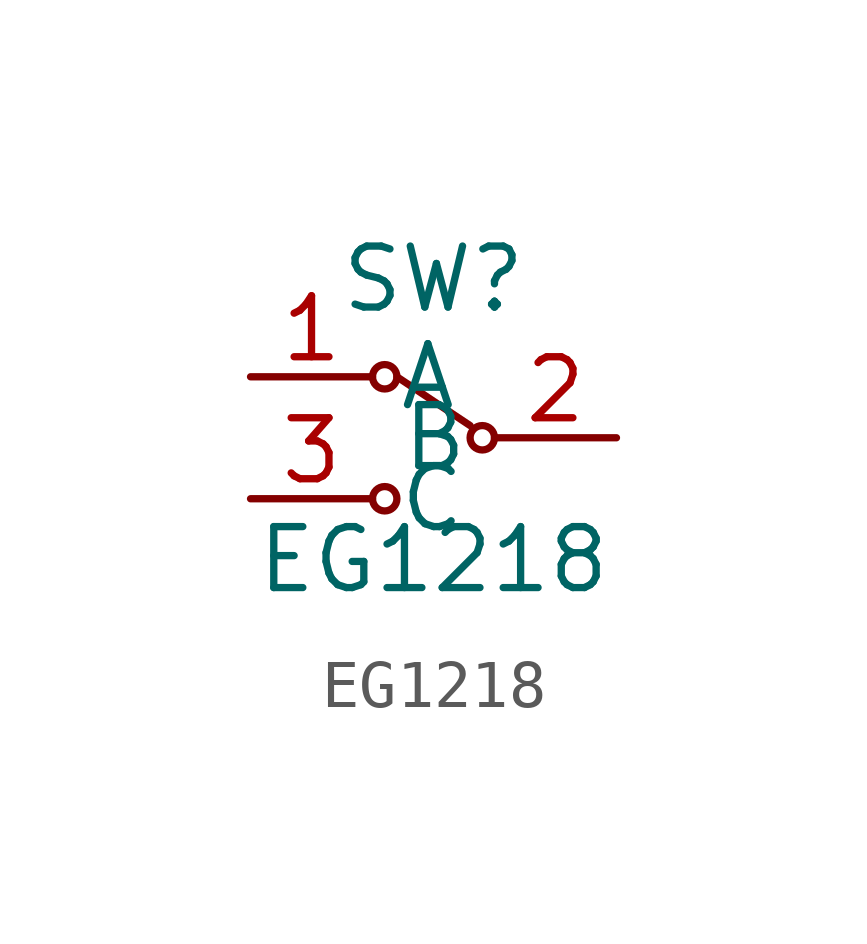
<source format=kicad_sym>
(kicad_symbol_lib
  (version 20211014)
  (generator kicad_symbol_editor)
  (symbol "EG1218"
    (property "Reference" "SW"
      (at 0 3.302 0)
      (effects (font (size 1.27 1.27))))
    (property "Value" "EG1218"
      (at 0 -2.54 0)
      (effects (font (size 1.27 1.27))))
    (symbol "EG1218_0_1"
      (circle (center -1.016 -1.27) (radius 0.254) (stroke (width 0.152) (type default) (color 0 0 0 0)) (fill (type none)))
      (circle (center -1.016 1.27) (radius 0.254) (stroke (width 0.152) (type default) (color 0 0 0 0)) (fill (type none)))
      (polyline (pts (xy 0.762 0.254) (xy -0.762 1.27)) (stroke (width 0.152) (type default) (color 0 0 0 0)) (fill (type none)))
      (circle (center 1.016 0) (radius 0.254) (stroke (width 0.152) (type default) (color 0 0 0 0)) (fill (type none))))
    (symbol "EG1218_1_1"
      (pin passive line (at -3.81 1.27 0) (length 2.54) (name "A" (effects (font (size 1.27 1.27)))) (number "1" (effects (font (size 1.27 1.27)))))
      (pin passive line (at 3.81 0 180) (length 2.54) (name "B" (effects (font (size 1.27 1.27)))) (number "2" (effects (font (size 1.27 1.27)))))
      (pin passive line (at -3.81 -1.27 0) (length 2.54) (name "C" (effects (font (size 1.27 1.27)))) (number "3" (effects (font (size 1.27 1.27))))))))
</source>
